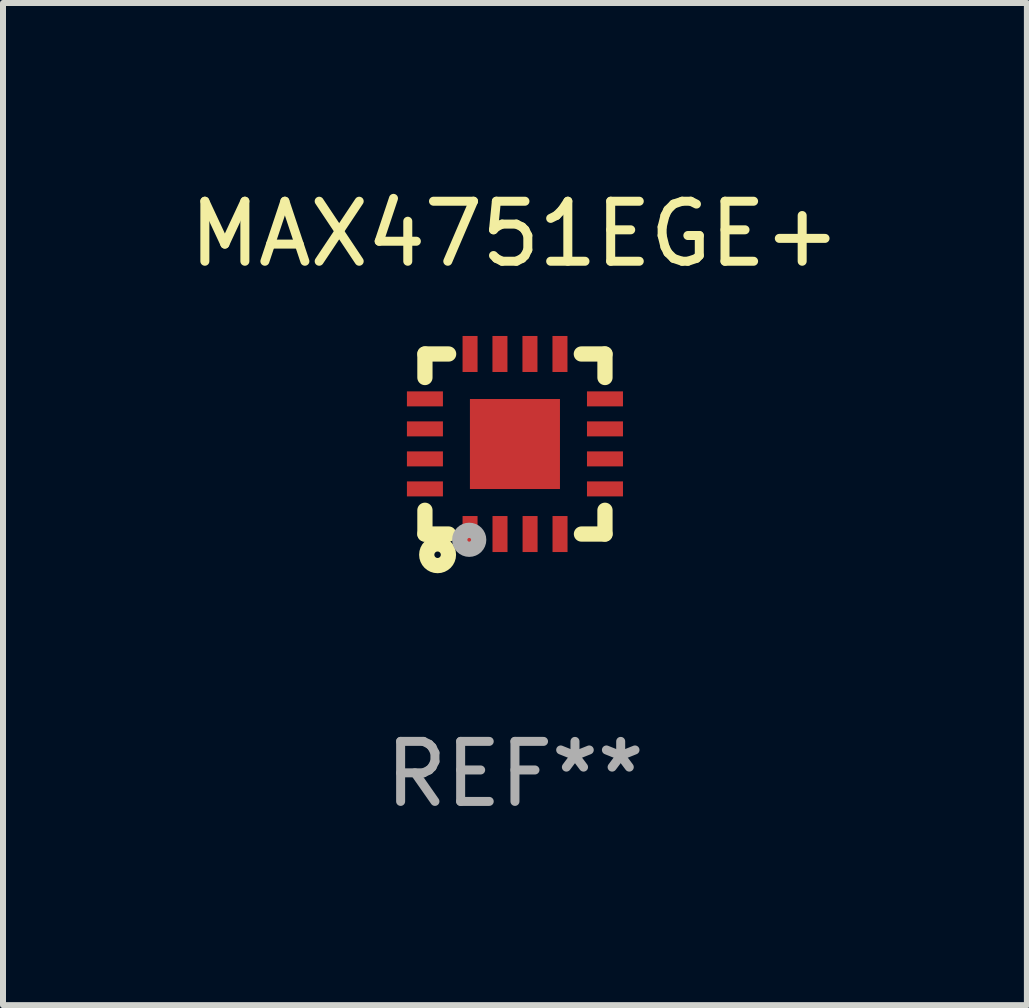
<source format=kicad_pcb>
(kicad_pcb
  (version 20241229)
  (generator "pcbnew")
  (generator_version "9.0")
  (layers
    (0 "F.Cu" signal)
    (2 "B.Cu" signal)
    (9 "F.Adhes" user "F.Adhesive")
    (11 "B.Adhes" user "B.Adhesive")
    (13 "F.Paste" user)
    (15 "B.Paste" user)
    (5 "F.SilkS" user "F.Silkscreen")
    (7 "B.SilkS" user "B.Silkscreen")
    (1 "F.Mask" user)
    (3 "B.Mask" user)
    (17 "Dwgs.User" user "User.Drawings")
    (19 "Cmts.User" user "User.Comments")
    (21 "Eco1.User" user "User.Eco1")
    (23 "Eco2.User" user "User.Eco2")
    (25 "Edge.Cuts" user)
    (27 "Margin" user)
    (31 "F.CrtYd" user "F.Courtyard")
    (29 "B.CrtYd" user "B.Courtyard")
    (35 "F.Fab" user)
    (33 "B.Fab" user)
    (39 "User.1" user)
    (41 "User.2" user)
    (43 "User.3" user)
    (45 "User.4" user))
  (footprint "MAX4751EGE+"
    (layer "F.Cu")
    (at 5.53 4.348)
    (property "Reference" "MAX4751EGE+" (at 0 -3.5 0) (layer "F.SilkS") (effects (font (size 1 1) (thickness 0.15))))
    (attr through_hole)
    (fp_line (start -1.5 -1.5) (end -1.5 -1.108) (stroke (width 0.254) (type solid)) (layer "F.SilkS"))
    (fp_line (start -1.5 -1.5) (end -1.105 -1.5) (stroke (width 0.254) (type solid)) (layer "F.SilkS"))
    (fp_line (start -1.5 1.104) (end -1.5 1.5) (stroke (width 0.254) (type solid)) (layer "F.SilkS"))
    (fp_line (start -1.5 1.5) (end -1.105 1.5) (stroke (width 0.254) (type solid)) (layer "F.SilkS"))
    (fp_line (start 1.106 -1.5) (end 1.5 -1.5) (stroke (width 0.254) (type solid)) (layer "F.SilkS"))
    (fp_line (start 1.108 1.5) (end 1.5 1.5) (stroke (width 0.254) (type solid)) (layer "F.SilkS"))
    (fp_line (start 1.5 -1.108) (end 1.5 -1.5) (stroke (width 0.254) (type solid)) (layer "F.SilkS"))
    (fp_line (start 1.5 1.5) (end 1.5 1.104) (stroke (width 0.254) (type solid)) (layer "F.SilkS"))
    (fp_circle (center -1.5 1.5) (end -1.47 1.5) (stroke (width 0.06) (type solid)) (fill no) (layer "F.SilkS"))
    (fp_circle (center -1.289 1.845) (end -1.235 1.845) (stroke (width 0.254) (type solid)) (fill no) (layer "F.SilkS"))
    (fp_circle (center -0.762 1.596) (end -0.731 1.596) (stroke (width 0.254) (type solid)) (fill no) (layer "F.Fab"))
    (fp_text user "REF**" (at 0 5.5 0) (layer "F.Fab") (effects (font (size 1 1) (thickness 0.15))))
    (pad "1" smd rect (at -0.748 1.5 180) (size 0.25 0.6) (layers "F.Cu" "F.Mask" "F.Paste"))
    (pad "2" smd rect (at -0.249 1.5 180) (size 0.25 0.6) (layers "F.Cu" "F.Mask" "F.Paste"))
    (pad "3" smd rect (at 0.252 1.5 180) (size 0.25 0.6) (layers "F.Cu" "F.Mask" "F.Paste"))
    (pad "4" smd rect (at 0.751 1.5 180) (size 0.25 0.6) (layers "F.Cu" "F.Mask" "F.Paste"))
    (pad "5" smd rect (at 1.5 0.748 270) (size 0.25 0.6) (layers "F.Cu" "F.Mask" "F.Paste"))
    (pad "6" smd rect (at 1.5 0.248 270) (size 0.25 0.6) (layers "F.Cu" "F.Mask" "F.Paste"))
    (pad "7" smd rect (at 1.5 -0.252 270) (size 0.25 0.6) (layers "F.Cu" "F.Mask" "F.Paste"))
    (pad "8" smd rect (at 1.5 -0.752 270) (size 0.25 0.6) (layers "F.Cu" "F.Mask" "F.Paste"))
    (pad "9" smd rect (at 0.75 -1.5) (size 0.25 0.6) (layers "F.Cu" "F.Mask" "F.Paste"))
    (pad "10" smd rect (at 0.25 -1.5) (size 0.25 0.6) (layers "F.Cu" "F.Mask" "F.Paste"))
    (pad "11" smd rect (at -0.25 -1.5) (size 0.25 0.6) (layers "F.Cu" "F.Mask" "F.Paste"))
    (pad "12" smd rect (at -0.748 -1.5) (size 0.25 0.6) (layers "F.Cu" "F.Mask" "F.Paste"))
    (pad "13" smd rect (at -1.5 -0.752 90) (size 0.25 0.6) (layers "F.Cu" "F.Mask" "F.Paste"))
    (pad "14" smd rect (at -1.5 -0.252 90) (size 0.25 0.6) (layers "F.Cu" "F.Mask" "F.Paste"))
    (pad "15" smd rect (at -1.5 0.248 90) (size 0.25 0.6) (layers "F.Cu" "F.Mask" "F.Paste"))
    (pad "16" smd rect (at -1.5 0.748 90) (size 0.25 0.6) (layers "F.Cu" "F.Mask" "F.Paste"))
    (pad "17" smd rect (at -0.000064 0.000076 90) (size 1.5 1.5) (layers "F.Cu" "F.Mask" "F.Paste")))
  (gr_rect
    (start -3 -3)
    (end 14.06 13.697)
    (stroke (width 0.1) (type default))
    (fill no)
    (layer "Edge.Cuts")))
</source>
